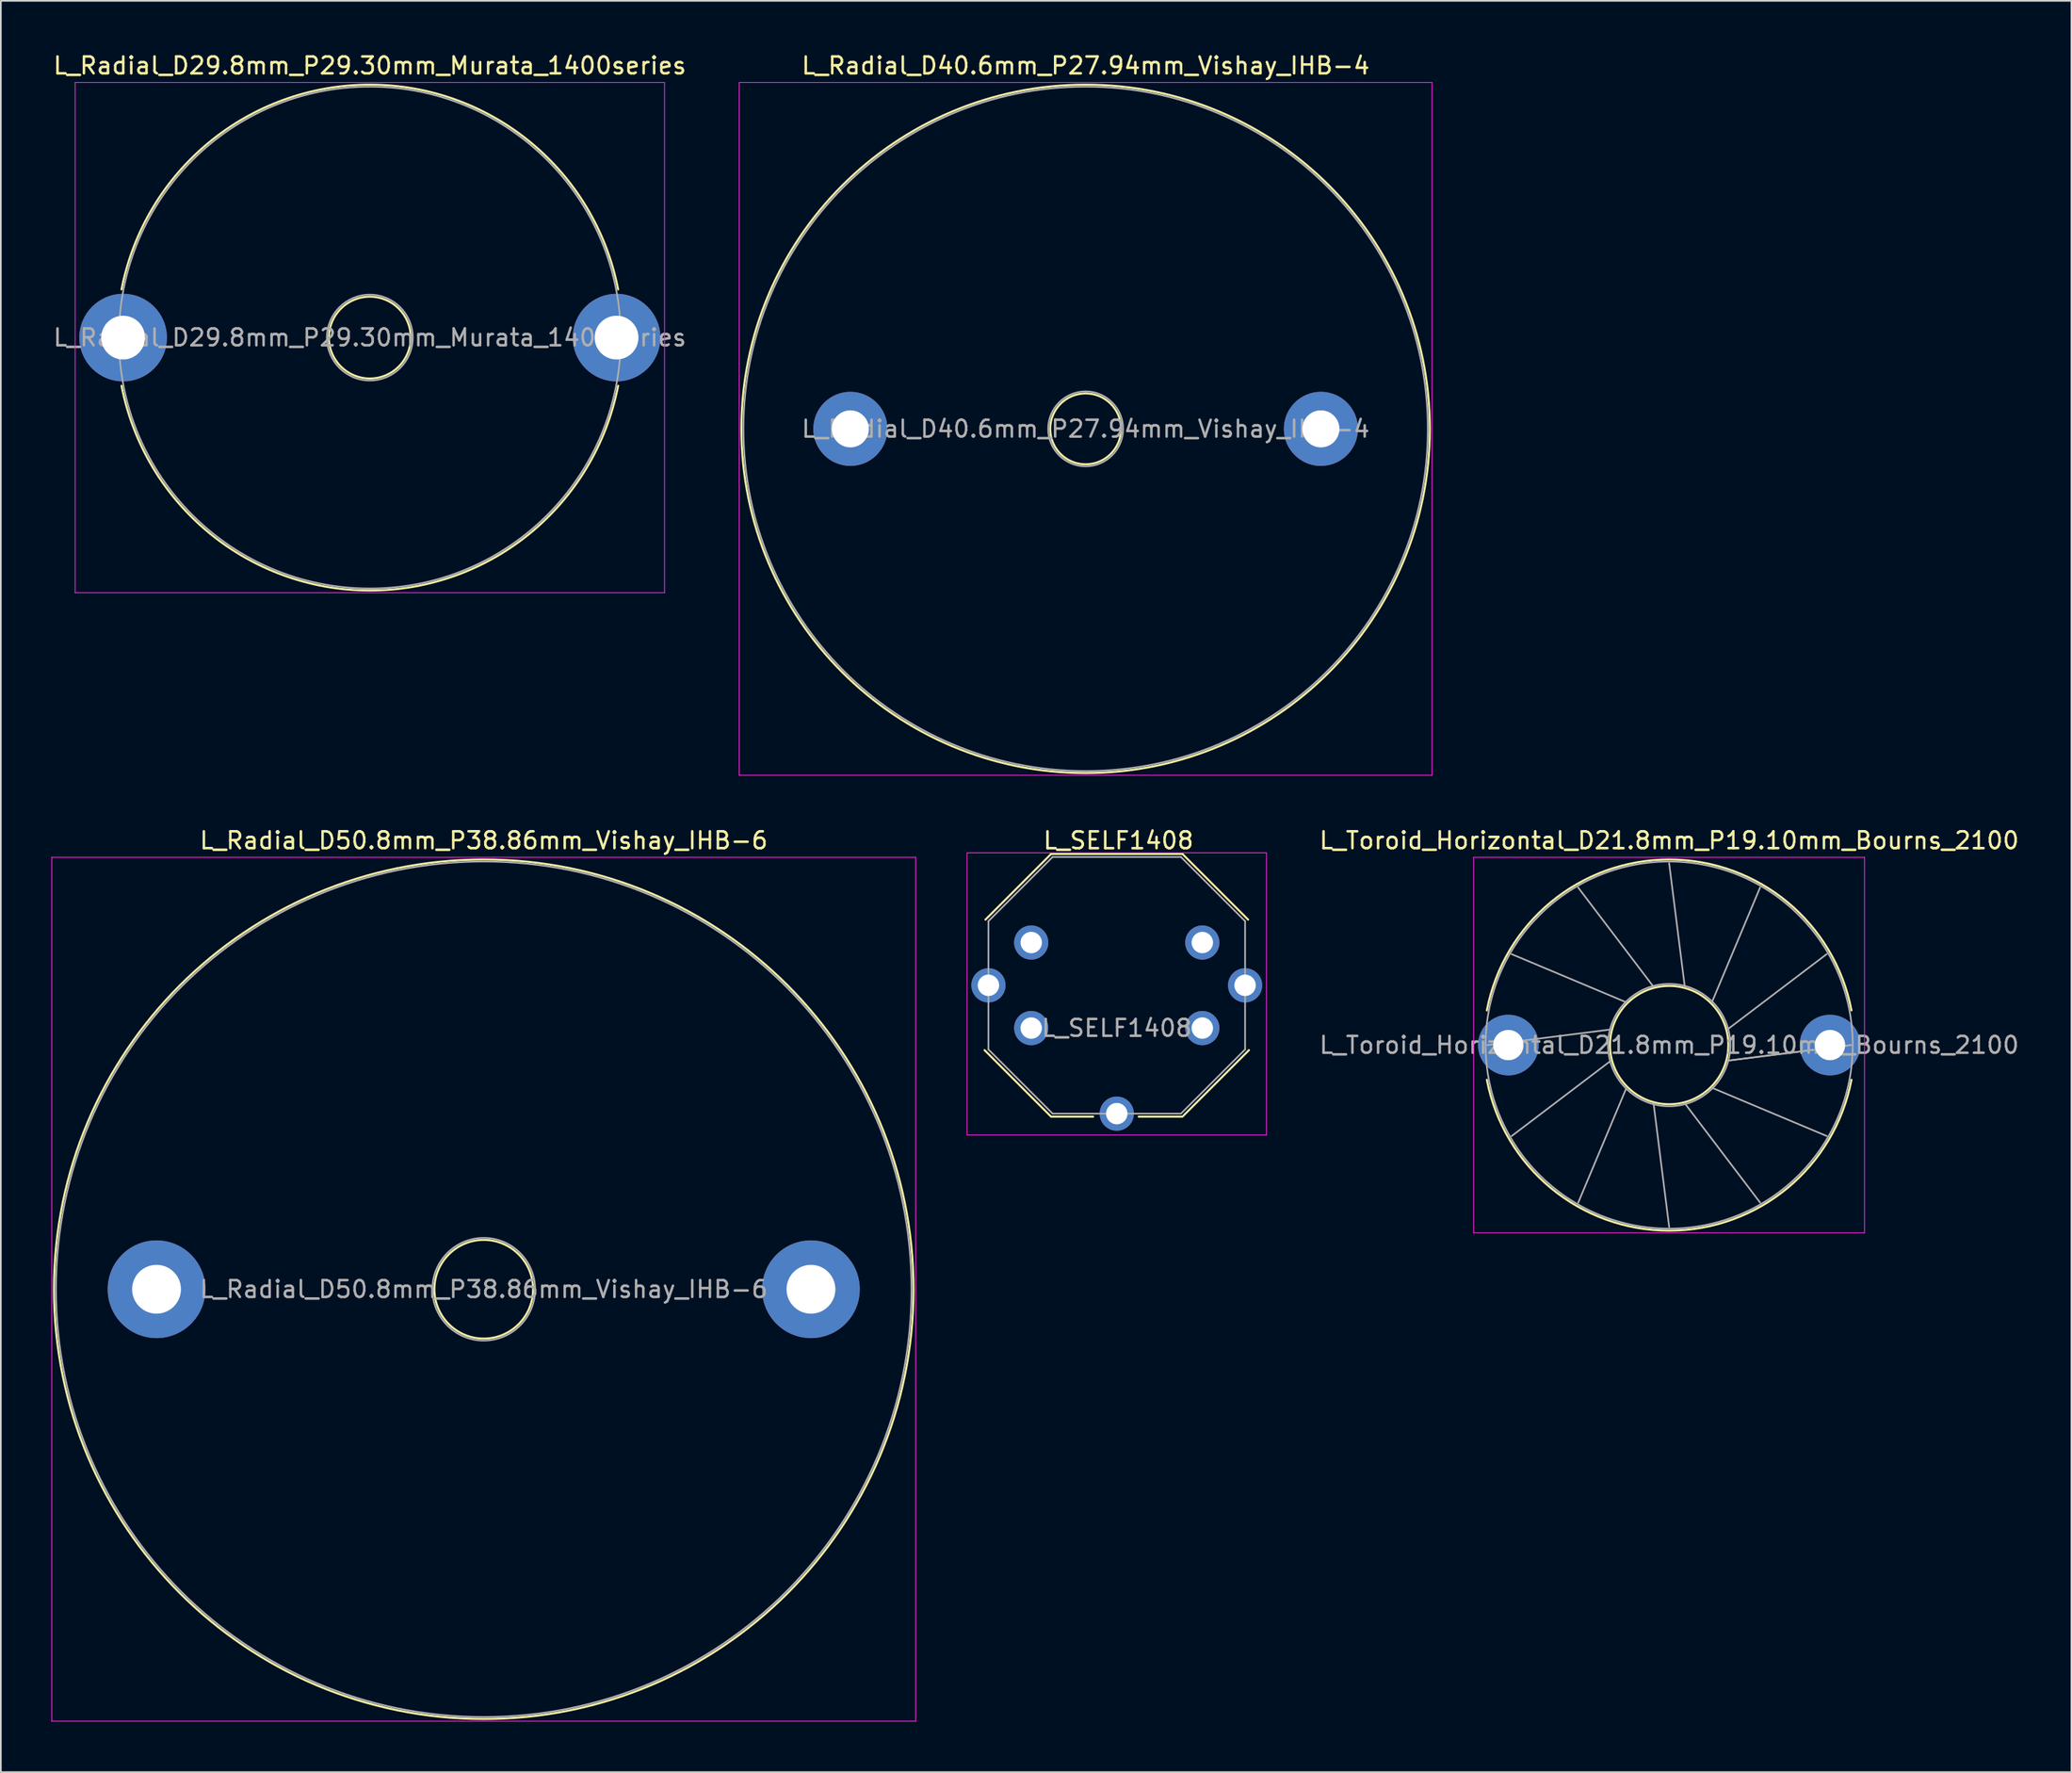
<source format=kicad_pcb>
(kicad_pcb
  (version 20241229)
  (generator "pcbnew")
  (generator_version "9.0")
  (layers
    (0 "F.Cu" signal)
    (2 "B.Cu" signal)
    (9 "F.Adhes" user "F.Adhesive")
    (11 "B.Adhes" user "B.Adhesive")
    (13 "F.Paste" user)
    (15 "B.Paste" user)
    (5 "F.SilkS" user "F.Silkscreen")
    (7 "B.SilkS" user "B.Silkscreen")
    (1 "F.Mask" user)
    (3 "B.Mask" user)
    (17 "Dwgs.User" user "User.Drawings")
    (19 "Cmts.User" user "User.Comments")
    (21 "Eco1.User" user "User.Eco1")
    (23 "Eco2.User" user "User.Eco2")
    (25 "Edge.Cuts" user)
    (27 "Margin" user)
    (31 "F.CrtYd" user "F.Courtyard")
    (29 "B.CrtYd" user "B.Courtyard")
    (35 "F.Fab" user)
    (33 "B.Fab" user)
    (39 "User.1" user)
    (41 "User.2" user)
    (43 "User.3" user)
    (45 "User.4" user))
  (footprint "L_Toroid_Horizontal_D21.8mm_P19.10mm_Bourns_2100"
    (layer "F.Cu")
    (at 86.517 59.011)
    (property "Reference" "L_Toroid_Horizontal_D21.8mm_P19.10mm_Bourns_2100" (at 9.55 -12.15 0) (layer "F.SilkS") (effects (font (size 1 1) (thickness 0.15))))
    (attr through_hole)
    (fp_arc (start -1.275747 -2.06) (mid 9.55 -11.02) (end 20.375747 -2.06) (stroke (width 0.12) (type solid)) (layer "F.SilkS"))
    (fp_arc (start 20.375747 2.06) (mid 9.55 11.02) (end -1.275747 2.06) (stroke (width 0.12) (type solid)) (layer "F.SilkS"))
    (fp_circle (center 9.55 0) (end 13.063 0) (stroke (width 0.12) (type solid)) (fill no) (layer "F.SilkS"))
    (fp_line (start -2.06 -11.15) (end -2.06 11.15) (stroke (width 0.05) (type solid)) (layer "F.CrtYd"))
    (fp_line (start -2.06 11.15) (end 21.15 11.15) (stroke (width 0.05) (type solid)) (layer "F.CrtYd"))
    (fp_line (start 21.15 -11.15) (end -2.06 -11.15) (stroke (width 0.05) (type solid)) (layer "F.CrtYd"))
    (fp_line (start 21.15 11.15) (end 21.15 -11.15) (stroke (width 0.05) (type solid)) (layer "F.CrtYd"))
    (fp_line (start -1.25 0.001) (end 6.088 -0.927) (stroke (width 0.1) (type solid)) (layer "F.Fab"))
    (fp_line (start 0.197 -5.399) (end 7.016 -2.534) (stroke (width 0.1) (type solid)) (layer "F.Fab"))
    (fp_line (start 0.198 5.401) (end 6.089 0.928) (stroke (width 0.1) (type solid)) (layer "F.Fab"))
    (fp_line (start 4.149 -9.352) (end 8.622 -3.461) (stroke (width 0.1) (type solid)) (layer "F.Fab"))
    (fp_line (start 4.151 9.353) (end 7.016 2.534) (stroke (width 0.1) (type solid)) (layer "F.Fab"))
    (fp_line (start 9.548 -10.8) (end 10.477 -3.462) (stroke (width 0.1) (type solid)) (layer "F.Fab"))
    (fp_line (start 9.55 10.8) (end 8.623 3.462) (stroke (width 0.1) (type solid)) (layer "F.Fab"))
    (fp_line (start 14.948 -9.354) (end 12.084 -2.534) (stroke (width 0.1) (type solid)) (layer "F.Fab"))
    (fp_line (start 14.95 9.353) (end 10.478 3.461) (stroke (width 0.1) (type solid)) (layer "F.Fab"))
    (fp_line (start 18.902 -5.401) (end 13.011 -0.928) (stroke (width 0.1) (type solid)) (layer "F.Fab"))
    (fp_line (start 18.903 5.4) (end 12.084 2.534) (stroke (width 0.1) (type solid)) (layer "F.Fab"))
    (fp_line (start 20.35 -0.002) (end 13.012 0.927) (stroke (width 0.1) (type solid)) (layer "F.Fab"))
    (fp_line (start 20.35 0) (end 13.011 0.927) (stroke (width 0.1) (type solid)) (layer "F.Fab"))
    (fp_circle (center 9.55 0) (end 13.183 0) (stroke (width 0.1) (type solid)) (fill no) (layer "F.Fab"))
    (fp_circle (center 9.55 0) (end 20.45 0) (stroke (width 0.1) (type solid)) (fill no) (layer "F.Fab"))
    (fp_text user "${REFERENCE}" (at 9.55 0 0) (layer "F.Fab") (effects (font (size 1 1) (thickness 0.15))))
    (pad "1" thru_hole circle (at 0 0) (size 3.6 3.6) (drill 1.8) (layers "*.Cu" "*.Mask"))
    (pad "2" thru_hole circle (at 19.1 0) (size 3.6 3.6) (drill 1.8) (layers "*.Cu" "*.Mask")))
  (footprint "L_Radial_D50.8mm_P38.86mm_Vishay_IHB-6"
    (layer "F.Cu")
    (at 6.245 73.511)
    (property "Reference" "L_Radial_D50.8mm_P38.86mm_Vishay_IHB-6" (at 19.43 -26.65 0) (layer "F.SilkS") (effects (font (size 1 1) (thickness 0.15))))
    (attr through_hole)
    (fp_circle (center 19.43 0) (end 22.36 0) (stroke (width 0.12) (type solid)) (fill no) (layer "F.SilkS"))
    (fp_circle (center 19.43 0) (end 44.95 0) (stroke (width 0.12) (type solid)) (fill no) (layer "F.SilkS"))
    (fp_line (start -6.22 -25.65) (end -6.22 25.65) (stroke (width 0.05) (type solid)) (layer "F.CrtYd"))
    (fp_line (start -6.22 25.65) (end 45.08 25.65) (stroke (width 0.05) (type solid)) (layer "F.CrtYd"))
    (fp_line (start 45.08 -25.65) (end -6.22 -25.65) (stroke (width 0.05) (type solid)) (layer "F.CrtYd"))
    (fp_line (start 45.08 25.65) (end 45.08 -25.65) (stroke (width 0.05) (type solid)) (layer "F.CrtYd"))
    (fp_circle (center 19.43 0) (end 22.48 0) (stroke (width 0.1) (type solid)) (fill no) (layer "F.Fab"))
    (fp_circle (center 19.43 0) (end 44.83 0) (stroke (width 0.1) (type solid)) (fill no) (layer "F.Fab"))
    (fp_text user "${REFERENCE}" (at 19.43 0 0) (layer "F.Fab") (effects (font (size 1 1) (thickness 0.15))))
    (pad "1" thru_hole circle (at 0 0) (size 5.8 5.8) (drill 2.9) (layers "*.Cu" "*.Mask"))
    (pad "2" thru_hole circle (at 38.86 0) (size 5.8 5.8) (drill 2.9) (layers "*.Cu" "*.Mask")))
  (footprint "L_SELF1408"
    (layer "F.Cu")
    (at 55.645 55.462)
    (property "Reference" "L_SELF1408" (at 7.72 -8.6 0) (layer "F.SilkS") (effects (font (size 1 1) (thickness 0.15))))
    (attr through_hole)
    (fp_line (start -0.18 -3.9) (end 3.72 -7.8) (stroke (width 0.12) (type solid)) (layer "F.SilkS"))
    (fp_line (start 3.67 7.75) (end -0.23 3.85) (stroke (width 0.12) (type solid)) (layer "F.SilkS"))
    (fp_line (start 3.72 -7.8) (end 11.52 -7.8) (stroke (width 0.12) (type solid)) (layer "F.SilkS"))
    (fp_line (start 6.22 7.8) (end 3.72 7.8) (stroke (width 0.12) (type solid)) (layer "F.SilkS"))
    (fp_line (start 11.52 -7.8) (end 15.42 -3.9) (stroke (width 0.12) (type solid)) (layer "F.SilkS"))
    (fp_line (start 11.52 7.8) (end 8.92 7.8) (stroke (width 0.12) (type solid)) (layer "F.SilkS"))
    (fp_line (start 15.47 3.85) (end 11.57 7.75) (stroke (width 0.12) (type solid)) (layer "F.SilkS"))
    (fp_line (start -1.27 -7.87) (end -1.27 8.89) (stroke (width 0.05) (type solid)) (layer "F.CrtYd"))
    (fp_line (start -1.27 -7.87) (end 16.51 -7.87) (stroke (width 0.05) (type solid)) (layer "F.CrtYd"))
    (fp_line (start 16.51 8.89) (end -1.27 8.89) (stroke (width 0.05) (type solid)) (layer "F.CrtYd"))
    (fp_line (start 16.51 8.89) (end 16.51 -7.87) (stroke (width 0.05) (type solid)) (layer "F.CrtYd"))
    (fp_line (start 0 -3.81) (end 0 3.81) (stroke (width 0.1) (type solid)) (layer "F.Fab"))
    (fp_line (start 0 3.81) (end 3.81 7.62) (stroke (width 0.1) (type solid)) (layer "F.Fab"))
    (fp_line (start 3.81 -7.62) (end 0 -3.81) (stroke (width 0.1) (type solid)) (layer "F.Fab"))
    (fp_line (start 3.81 7.62) (end 11.43 7.62) (stroke (width 0.1) (type solid)) (layer "F.Fab"))
    (fp_line (start 11.43 -7.62) (end 3.81 -7.62) (stroke (width 0.1) (type solid)) (layer "F.Fab"))
    (fp_line (start 11.43 7.62) (end 15.24 3.81) (stroke (width 0.1) (type solid)) (layer "F.Fab"))
    (fp_line (start 15.24 -3.81) (end 11.43 -7.62) (stroke (width 0.1) (type solid)) (layer "F.Fab"))
    (fp_line (start 15.24 3.81) (end 15.24 -3.81) (stroke (width 0.1) (type solid)) (layer "F.Fab"))
    (fp_text user "${REFERENCE}" (at 7.62 2.54 0) (layer "F.Fab") (effects (font (size 1 1) (thickness 0.15))))
    (pad "0" thru_hole circle (at 7.62 7.62) (size 2.03 2.03) (drill 1.27) (layers "*.Cu" "*.Mask"))
    (pad "1" thru_hole circle (at 0 0) (size 2.03 2.03) (drill 1.27) (layers "*.Cu" "*.Mask"))
    (pad "1" thru_hole circle (at 2.54 -2.54) (size 2.03 2.03) (drill 1.27) (layers "*.Cu" "*.Mask"))
    (pad "1" thru_hole circle (at 2.54 2.54) (size 2.03 2.03) (drill 1.27) (layers "*.Cu" "*.Mask"))
    (pad "2" thru_hole circle (at 12.7 -2.54) (size 2.03 2.03) (drill 1.27) (layers "*.Cu" "*.Mask"))
    (pad "2" thru_hole circle (at 12.7 2.54) (size 2.03 2.03) (drill 1.27) (layers "*.Cu" "*.Mask"))
    (pad "2" thru_hole circle (at 15.24 0) (size 2.03 2.03) (drill 1.27) (layers "*.Cu" "*.Mask")))
  (footprint "L_Radial_D29.8mm_P29.30mm_Murata_1400series"
    (layer "F.Cu")
    (at 4.261 16.998)
    (property "Reference" "L_Radial_D29.8mm_P29.30mm_Murata_1400series" (at 14.65 -16.15 0) (layer "F.SilkS") (effects (font (size 1 1) (thickness 0.15))))
    (attr through_hole)
    (fp_arc (start -0.095196 -2.86) (mid 14.65 -15.02) (end 29.395196 -2.86) (stroke (width 0.12) (type solid)) (layer "F.SilkS"))
    (fp_arc (start 29.395196 2.86) (mid 14.65 15.02) (end -0.095196 2.86) (stroke (width 0.12) (type solid)) (layer "F.SilkS"))
    (fp_circle (center 14.65 0) (end 17.08 0) (stroke (width 0.12) (type solid)) (fill no) (layer "F.SilkS"))
    (fp_line (start -2.85 -15.15) (end -2.85 15.15) (stroke (width 0.05) (type solid)) (layer "F.CrtYd"))
    (fp_line (start -2.85 15.15) (end 32.15 15.15) (stroke (width 0.05) (type solid)) (layer "F.CrtYd"))
    (fp_line (start 32.15 -15.15) (end -2.85 -15.15) (stroke (width 0.05) (type solid)) (layer "F.CrtYd"))
    (fp_line (start 32.15 15.15) (end 32.15 -15.15) (stroke (width 0.05) (type solid)) (layer "F.CrtYd"))
    (fp_circle (center 14.65 0) (end 17.2 0) (stroke (width 0.1) (type solid)) (fill no) (layer "F.Fab"))
    (fp_circle (center 14.65 0) (end 29.55 0) (stroke (width 0.1) (type solid)) (fill no) (layer "F.Fab"))
    (fp_text user "${REFERENCE}" (at 14.65 0 0) (layer "F.Fab") (effects (font (size 1 1) (thickness 0.15))))
    (pad "1" thru_hole circle (at 0 0) (size 5.2 5.2) (drill 2.6) (layers "*.Cu" "*.Mask"))
    (pad "2" thru_hole circle (at 29.3 0) (size 5.2 5.2) (drill 2.6) (layers "*.Cu" "*.Mask")))
  (footprint "L_Radial_D40.6mm_P27.94mm_Vishay_IHB-4"
    (layer "F.Cu")
    (at 47.446 22.418)
    (property "Reference" "L_Radial_D40.6mm_P27.94mm_Vishay_IHB-4" (at 13.97 -21.57 0) (layer "F.SilkS") (effects (font (size 1 1) (thickness 0.15))))
    (attr through_hole)
    (fp_circle (center 13.97 0) (end 16.075 0) (stroke (width 0.12) (type solid)) (fill no) (layer "F.SilkS"))
    (fp_circle (center 13.97 0) (end 34.41 0) (stroke (width 0.12) (type solid)) (fill no) (layer "F.SilkS"))
    (fp_line (start -6.6 -20.57) (end -6.6 20.57) (stroke (width 0.05) (type solid)) (layer "F.CrtYd"))
    (fp_line (start -6.6 20.57) (end 34.54 20.57) (stroke (width 0.05) (type solid)) (layer "F.CrtYd"))
    (fp_line (start 34.54 -20.57) (end -6.6 -20.57) (stroke (width 0.05) (type solid)) (layer "F.CrtYd"))
    (fp_line (start 34.54 20.57) (end 34.54 -20.57) (stroke (width 0.05) (type solid)) (layer "F.CrtYd"))
    (fp_circle (center 13.97 0) (end 16.195 0) (stroke (width 0.1) (type solid)) (fill no) (layer "F.Fab"))
    (fp_circle (center 13.97 0) (end 34.29 0) (stroke (width 0.1) (type solid)) (fill no) (layer "F.Fab"))
    (fp_text user "${REFERENCE}" (at 13.97 0 0) (layer "F.Fab") (effects (font (size 1 1) (thickness 0.15))))
    (pad "1" thru_hole circle (at 0 0) (size 4.4 4.4) (drill 2.2) (layers "*.Cu" "*.Mask"))
    (pad "2" thru_hole circle (at 27.94 0) (size 4.4 4.4) (drill 2.2) (layers "*.Cu" "*.Mask")))
  (gr_rect
    (start -3 -3)
    (end 119.954 102.186)
    (stroke (width 0.1) (type default))
    (fill no)
    (layer "Edge.Cuts")))
</source>
